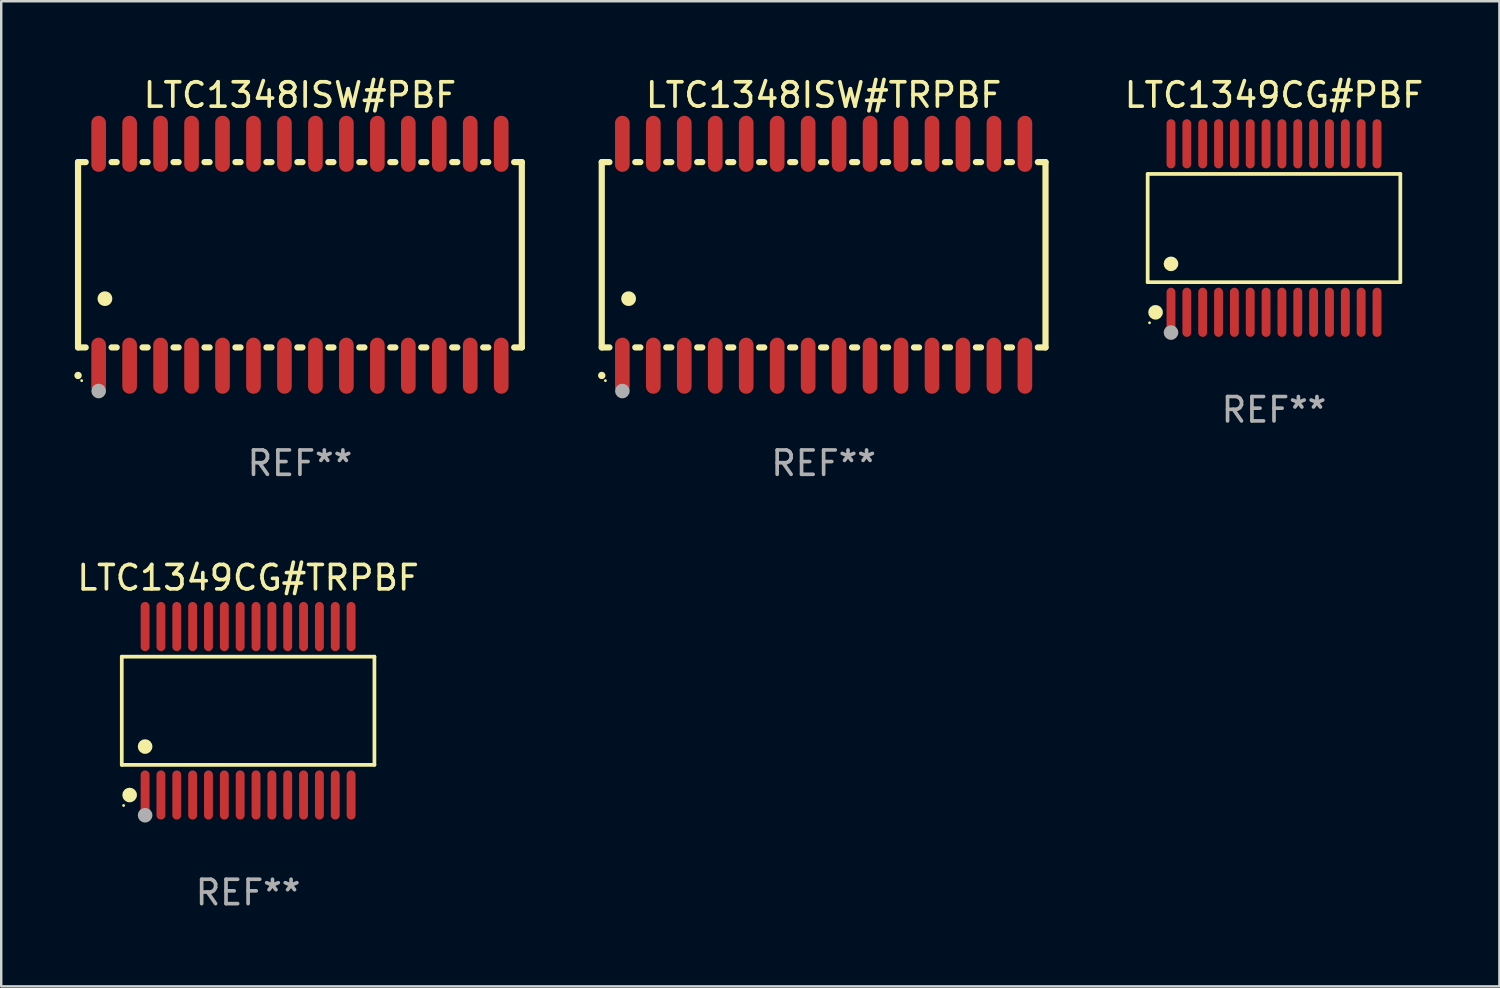
<source format=kicad_pcb>
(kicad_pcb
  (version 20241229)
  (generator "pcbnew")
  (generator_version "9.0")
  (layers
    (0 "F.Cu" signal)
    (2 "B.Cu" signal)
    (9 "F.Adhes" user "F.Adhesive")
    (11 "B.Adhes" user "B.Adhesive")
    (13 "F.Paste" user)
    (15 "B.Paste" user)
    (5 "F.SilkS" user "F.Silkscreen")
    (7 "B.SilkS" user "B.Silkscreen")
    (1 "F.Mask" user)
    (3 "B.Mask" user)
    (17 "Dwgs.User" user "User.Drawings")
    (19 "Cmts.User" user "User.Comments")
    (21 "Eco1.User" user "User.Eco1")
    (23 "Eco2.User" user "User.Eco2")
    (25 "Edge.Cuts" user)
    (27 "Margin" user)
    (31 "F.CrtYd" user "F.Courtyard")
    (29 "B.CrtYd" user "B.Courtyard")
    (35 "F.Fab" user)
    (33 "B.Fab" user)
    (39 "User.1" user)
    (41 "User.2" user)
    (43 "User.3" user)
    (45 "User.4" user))
  (footprint "LTC1349CG#PBF"
    (layer "F.Cu")
    (at 49.2 6.303)
    (property "Reference" "LTC1349CG#PBF" (at 0 -5.455 0) (layer "F.SilkS") (effects (font (size 1 1) (thickness 0.15))))
    (attr through_hole)
    (fp_line (start -5.181 -2.219) (end 5.181 -2.219) (stroke (width 0.152) (type solid)) (layer "F.SilkS"))
    (fp_line (start -5.181 2.219) (end -5.181 -2.219) (stroke (width 0.152) (type solid)) (layer "F.SilkS"))
    (fp_line (start 5.181 -2.219) (end 5.181 2.219) (stroke (width 0.152) (type solid)) (layer "F.SilkS"))
    (fp_line (start 5.181 2.219) (end -5.181 2.219) (stroke (width 0.152) (type solid)) (layer "F.SilkS"))
    (fp_circle (center -5.105 3.885) (end -5.075 3.885) (stroke (width 0.06) (type solid)) (fill no) (layer "F.SilkS"))
    (fp_circle (center -4.859 3.455) (end -4.709 3.455) (stroke (width 0.3) (type solid)) (fill no) (layer "F.SilkS"))
    (fp_circle (center -4.225 1.467) (end -4.075 1.467) (stroke (width 0.3) (type solid)) (fill no) (layer "F.SilkS"))
    (fp_circle (center -4.225 4.285) (end -4.075 4.285) (stroke (width 0.3) (type solid)) (fill no) (layer "F.Fab"))
    (fp_text user "REF**" (at 0 7.455 0) (layer "F.Fab") (effects (font (size 1 1) (thickness 0.15))))
    (pad "1" smd oval (at -4.225 3.455) (size 0.364 2.015) (layers "F.Cu" "F.Mask" "F.Paste"))
    (pad "2" smd oval (at -3.575 3.455) (size 0.364 2.015) (layers "F.Cu" "F.Mask" "F.Paste"))
    (pad "3" smd oval (at -2.925 3.455) (size 0.364 2.015) (layers "F.Cu" "F.Mask" "F.Paste"))
    (pad "4" smd oval (at -2.275 3.455) (size 0.364 2.015) (layers "F.Cu" "F.Mask" "F.Paste"))
    (pad "5" smd oval (at -1.625 3.455) (size 0.364 2.015) (layers "F.Cu" "F.Mask" "F.Paste"))
    (pad "6" smd oval (at -0.975 3.455) (size 0.364 2.015) (layers "F.Cu" "F.Mask" "F.Paste"))
    (pad "7" smd oval (at -0.325 3.455) (size 0.364 2.015) (layers "F.Cu" "F.Mask" "F.Paste"))
    (pad "8" smd oval (at 0.325 3.455) (size 0.364 2.015) (layers "F.Cu" "F.Mask" "F.Paste"))
    (pad "9" smd oval (at 0.975 3.455) (size 0.364 2.015) (layers "F.Cu" "F.Mask" "F.Paste"))
    (pad "10" smd oval (at 1.625 3.455) (size 0.364 2.015) (layers "F.Cu" "F.Mask" "F.Paste"))
    (pad "11" smd oval (at 2.275 3.455) (size 0.364 2.015) (layers "F.Cu" "F.Mask" "F.Paste"))
    (pad "12" smd oval (at 2.925 3.455) (size 0.364 2.015) (layers "F.Cu" "F.Mask" "F.Paste"))
    (pad "13" smd oval (at 3.575 3.455) (size 0.364 2.015) (layers "F.Cu" "F.Mask" "F.Paste"))
    (pad "14" smd oval (at 4.225 3.455) (size 0.364 2.015) (layers "F.Cu" "F.Mask" "F.Paste"))
    (pad "15" smd oval (at 4.225 -3.455) (size 0.364 2.015) (layers "F.Cu" "F.Mask" "F.Paste"))
    (pad "16" smd oval (at 3.575 -3.455) (size 0.364 2.015) (layers "F.Cu" "F.Mask" "F.Paste"))
    (pad "17" smd oval (at 2.925 -3.455) (size 0.364 2.015) (layers "F.Cu" "F.Mask" "F.Paste"))
    (pad "18" smd oval (at 2.275 -3.455) (size 0.364 2.015) (layers "F.Cu" "F.Mask" "F.Paste"))
    (pad "19" smd oval (at 1.625 -3.455) (size 0.364 2.015) (layers "F.Cu" "F.Mask" "F.Paste"))
    (pad "20" smd oval (at 0.975 -3.455) (size 0.364 2.015) (layers "F.Cu" "F.Mask" "F.Paste"))
    (pad "21" smd oval (at 0.325 -3.455) (size 0.364 2.015) (layers "F.Cu" "F.Mask" "F.Paste"))
    (pad "22" smd oval (at -0.325 -3.455) (size 0.364 2.015) (layers "F.Cu" "F.Mask" "F.Paste"))
    (pad "23" smd oval (at -0.975 -3.455) (size 0.364 2.015) (layers "F.Cu" "F.Mask" "F.Paste"))
    (pad "24" smd oval (at -1.625 -3.455) (size 0.364 2.015) (layers "F.Cu" "F.Mask" "F.Paste"))
    (pad "25" smd oval (at -2.275 -3.455) (size 0.364 2.015) (layers "F.Cu" "F.Mask" "F.Paste"))
    (pad "26" smd oval (at -2.925 -3.455) (size 0.364 2.015) (layers "F.Cu" "F.Mask" "F.Paste"))
    (pad "27" smd oval (at -3.575 -3.455) (size 0.364 2.015) (layers "F.Cu" "F.Mask" "F.Paste"))
    (pad "28" smd oval (at -4.225 -3.455) (size 0.364 2.015) (layers "F.Cu" "F.Mask" "F.Paste")))
  (footprint "LTC1348ISW#PBF"
    (layer "F.Cu")
    (at 9.251 7.398)
    (property "Reference" "LTC1348ISW#PBF" (at 0 -6.55 0) (layer "F.SilkS") (effects (font (size 1 1) (thickness 0.15))))
    (attr through_hole)
    (fp_line (start -9.1 -3.8) (end -9.1 3.8) (stroke (width 0.254) (type solid)) (layer "F.SilkS"))
    (fp_line (start -9.1 -3.8) (end -8.786 -3.8) (stroke (width 0.254) (type solid)) (layer "F.SilkS"))
    (fp_line (start -9.1 3.8) (end -8.786 3.8) (stroke (width 0.254) (type solid)) (layer "F.SilkS"))
    (fp_line (start -7.724 -3.8) (end -7.516 -3.8) (stroke (width 0.254) (type solid)) (layer "F.SilkS"))
    (fp_line (start -7.724 3.8) (end -7.516 3.8) (stroke (width 0.254) (type solid)) (layer "F.SilkS"))
    (fp_line (start -6.454 -3.8) (end -6.246 -3.8) (stroke (width 0.254) (type solid)) (layer "F.SilkS"))
    (fp_line (start -6.454 3.8) (end -6.246 3.8) (stroke (width 0.254) (type solid)) (layer "F.SilkS"))
    (fp_line (start -5.184 -3.8) (end -4.976 -3.8) (stroke (width 0.254) (type solid)) (layer "F.SilkS"))
    (fp_line (start -5.184 3.8) (end -4.976 3.8) (stroke (width 0.254) (type solid)) (layer "F.SilkS"))
    (fp_line (start -3.914 -3.8) (end -3.706 -3.8) (stroke (width 0.254) (type solid)) (layer "F.SilkS"))
    (fp_line (start -3.914 3.8) (end -3.706 3.8) (stroke (width 0.254) (type solid)) (layer "F.SilkS"))
    (fp_line (start -2.644 -3.8) (end -2.436 -3.8) (stroke (width 0.254) (type solid)) (layer "F.SilkS"))
    (fp_line (start -2.644 3.8) (end -2.436 3.8) (stroke (width 0.254) (type solid)) (layer "F.SilkS"))
    (fp_line (start -1.374 -3.8) (end -1.166 -3.8) (stroke (width 0.254) (type solid)) (layer "F.SilkS"))
    (fp_line (start -1.374 3.8) (end -1.166 3.8) (stroke (width 0.254) (type solid)) (layer "F.SilkS"))
    (fp_line (start -0.104 -3.8) (end 0.104 -3.8) (stroke (width 0.254) (type solid)) (layer "F.SilkS"))
    (fp_line (start -0.104 3.8) (end 0.104 3.8) (stroke (width 0.254) (type solid)) (layer "F.SilkS"))
    (fp_line (start 1.166 -3.8) (end 1.374 -3.8) (stroke (width 0.254) (type solid)) (layer "F.SilkS"))
    (fp_line (start 1.166 3.8) (end 1.374 3.8) (stroke (width 0.254) (type solid)) (layer "F.SilkS"))
    (fp_line (start 2.436 -3.8) (end 2.644 -3.8) (stroke (width 0.254) (type solid)) (layer "F.SilkS"))
    (fp_line (start 2.436 3.8) (end 2.644 3.8) (stroke (width 0.254) (type solid)) (layer "F.SilkS"))
    (fp_line (start 3.706 -3.8) (end 3.914 -3.8) (stroke (width 0.254) (type solid)) (layer "F.SilkS"))
    (fp_line (start 3.706 3.8) (end 3.914 3.8) (stroke (width 0.254) (type solid)) (layer "F.SilkS"))
    (fp_line (start 4.976 -3.8) (end 5.184 -3.8) (stroke (width 0.254) (type solid)) (layer "F.SilkS"))
    (fp_line (start 4.976 3.8) (end 5.184 3.8) (stroke (width 0.254) (type solid)) (layer "F.SilkS"))
    (fp_line (start 6.246 -3.8) (end 6.454 -3.8) (stroke (width 0.254) (type solid)) (layer "F.SilkS"))
    (fp_line (start 6.246 3.8) (end 6.454 3.8) (stroke (width 0.254) (type solid)) (layer "F.SilkS"))
    (fp_line (start 7.516 -3.8) (end 7.724 -3.8) (stroke (width 0.254) (type solid)) (layer "F.SilkS"))
    (fp_line (start 7.516 3.8) (end 7.724 3.8) (stroke (width 0.254) (type solid)) (layer "F.SilkS"))
    (fp_line (start 8.786 -3.8) (end 9.1 -3.8) (stroke (width 0.254) (type solid)) (layer "F.SilkS"))
    (fp_line (start 8.786 3.8) (end 9.1 3.8) (stroke (width 0.254) (type solid)) (layer "F.SilkS"))
    (fp_line (start 9.1 -3.8) (end 9.1 3.8) (stroke (width 0.254) (type solid)) (layer "F.SilkS"))
    (fp_arc (start -9.100864 4.95047) (mid -9.099594 4.950465) (end -9.098324 4.95047) (stroke (width 0.3) (type solid)) (layer "F.SilkS"))
    (fp_arc (start -8.001041 1.800864) (mid -7.998501 1.800853) (end -7.995961 1.800864) (stroke (width 0.6) (type solid)) (layer "F.SilkS"))
    (fp_circle (center -8.95 5.163) (end -8.92 5.163) (stroke (width 0.06) (type solid)) (fill no) (layer "F.SilkS"))
    (fp_circle (center -8.255 5.588) (end -8.105 5.588) (stroke (width 0.3) (type solid)) (fill no) (layer "F.Fab"))
    (fp_text user "REF**" (at 0 8.55 0) (layer "F.Fab") (effects (font (size 1 1) (thickness 0.15))))
    (pad "1" smd oval (at -8.255 4.55 180) (size 0.6 2.3) (layers "F.Cu" "F.Mask" "F.Paste"))
    (pad "2" smd oval (at -6.985 4.55 180) (size 0.6 2.3) (layers "F.Cu" "F.Mask" "F.Paste"))
    (pad "3" smd oval (at -5.715 4.55 180) (size 0.6 2.3) (layers "F.Cu" "F.Mask" "F.Paste"))
    (pad "4" smd oval (at -4.445 4.55 180) (size 0.6 2.3) (layers "F.Cu" "F.Mask" "F.Paste"))
    (pad "5" smd oval (at -3.175 4.55 180) (size 0.6 2.3) (layers "F.Cu" "F.Mask" "F.Paste"))
    (pad "6" smd oval (at -1.905 4.55 180) (size 0.6 2.3) (layers "F.Cu" "F.Mask" "F.Paste"))
    (pad "7" smd oval (at -0.635 4.55 180) (size 0.6 2.3) (layers "F.Cu" "F.Mask" "F.Paste"))
    (pad "8" smd oval (at 0.635 4.55 180) (size 0.6 2.3) (layers "F.Cu" "F.Mask" "F.Paste"))
    (pad "9" smd oval (at 1.905 4.55 180) (size 0.6 2.3) (layers "F.Cu" "F.Mask" "F.Paste"))
    (pad "10" smd oval (at 3.175 4.55 180) (size 0.6 2.3) (layers "F.Cu" "F.Mask" "F.Paste"))
    (pad "11" smd oval (at 4.445 4.55 180) (size 0.6 2.3) (layers "F.Cu" "F.Mask" "F.Paste"))
    (pad "12" smd oval (at 5.715 4.55 180) (size 0.6 2.3) (layers "F.Cu" "F.Mask" "F.Paste"))
    (pad "13" smd oval (at 6.985 4.55 180) (size 0.6 2.3) (layers "F.Cu" "F.Mask" "F.Paste"))
    (pad "14" smd oval (at 8.255 4.55 180) (size 0.6 2.3) (layers "F.Cu" "F.Mask" "F.Paste"))
    (pad "15" smd oval (at 8.255 -4.55 180) (size 0.6 2.3) (layers "F.Cu" "F.Mask" "F.Paste"))
    (pad "16" smd oval (at 6.985 -4.55 180) (size 0.6 2.3) (layers "F.Cu" "F.Mask" "F.Paste"))
    (pad "17" smd oval (at 5.715 -4.55 180) (size 0.6 2.3) (layers "F.Cu" "F.Mask" "F.Paste"))
    (pad "18" smd oval (at 4.445 -4.55 180) (size 0.6 2.3) (layers "F.Cu" "F.Mask" "F.Paste"))
    (pad "19" smd oval (at 3.175 -4.55 180) (size 0.6 2.3) (layers "F.Cu" "F.Mask" "F.Paste"))
    (pad "20" smd oval (at 1.905 -4.55 180) (size 0.6 2.3) (layers "F.Cu" "F.Mask" "F.Paste"))
    (pad "21" smd oval (at 0.635 -4.55 180) (size 0.6 2.3) (layers "F.Cu" "F.Mask" "F.Paste"))
    (pad "22" smd oval (at -0.635 -4.55 180) (size 0.6 2.3) (layers "F.Cu" "F.Mask" "F.Paste"))
    (pad "23" smd oval (at -1.905 -4.55 180) (size 0.6 2.3) (layers "F.Cu" "F.Mask" "F.Paste"))
    (pad "24" smd oval (at -3.175 -4.55 180) (size 0.6 2.3) (layers "F.Cu" "F.Mask" "F.Paste"))
    (pad "25" smd oval (at -4.445 -4.55 180) (size 0.6 2.3) (layers "F.Cu" "F.Mask" "F.Paste"))
    (pad "26" smd oval (at -5.715 -4.55 180) (size 0.6 2.3) (layers "F.Cu" "F.Mask" "F.Paste"))
    (pad "27" smd oval (at -6.985 -4.55 180) (size 0.6 2.3) (layers "F.Cu" "F.Mask" "F.Paste"))
    (pad "28" smd oval (at -8.255 -4.55 180) (size 0.6 2.3) (layers "F.Cu" "F.Mask" "F.Paste")))
  (footprint "LTC1349CG#TRPBF"
    (layer "F.Cu")
    (at 7.125 26.1)
    (property "Reference" "LTC1349CG#TRPBF" (at 0 -5.455 0) (layer "F.SilkS") (effects (font (size 1 1) (thickness 0.15))))
    (attr through_hole)
    (fp_line (start -5.181 -2.219) (end 5.181 -2.219) (stroke (width 0.152) (type solid)) (layer "F.SilkS"))
    (fp_line (start -5.181 2.219) (end -5.181 -2.219) (stroke (width 0.152) (type solid)) (layer "F.SilkS"))
    (fp_line (start 5.181 -2.219) (end 5.181 2.219) (stroke (width 0.152) (type solid)) (layer "F.SilkS"))
    (fp_line (start 5.181 2.219) (end -5.181 2.219) (stroke (width 0.152) (type solid)) (layer "F.SilkS"))
    (fp_circle (center -5.105 3.885) (end -5.075 3.885) (stroke (width 0.06) (type solid)) (fill no) (layer "F.SilkS"))
    (fp_circle (center -4.859 3.455) (end -4.709 3.455) (stroke (width 0.3) (type solid)) (fill no) (layer "F.SilkS"))
    (fp_circle (center -4.225 1.467) (end -4.075 1.467) (stroke (width 0.3) (type solid)) (fill no) (layer "F.SilkS"))
    (fp_circle (center -4.225 4.285) (end -4.075 4.285) (stroke (width 0.3) (type solid)) (fill no) (layer "F.Fab"))
    (fp_text user "REF**" (at 0 7.455 0) (layer "F.Fab") (effects (font (size 1 1) (thickness 0.15))))
    (pad "1" smd oval (at -4.225 3.455) (size 0.364 2.015) (layers "F.Cu" "F.Mask" "F.Paste"))
    (pad "2" smd oval (at -3.575 3.455) (size 0.364 2.015) (layers "F.Cu" "F.Mask" "F.Paste"))
    (pad "3" smd oval (at -2.925 3.455) (size 0.364 2.015) (layers "F.Cu" "F.Mask" "F.Paste"))
    (pad "4" smd oval (at -2.275 3.455) (size 0.364 2.015) (layers "F.Cu" "F.Mask" "F.Paste"))
    (pad "5" smd oval (at -1.625 3.455) (size 0.364 2.015) (layers "F.Cu" "F.Mask" "F.Paste"))
    (pad "6" smd oval (at -0.975 3.455) (size 0.364 2.015) (layers "F.Cu" "F.Mask" "F.Paste"))
    (pad "7" smd oval (at -0.325 3.455) (size 0.364 2.015) (layers "F.Cu" "F.Mask" "F.Paste"))
    (pad "8" smd oval (at 0.325 3.455) (size 0.364 2.015) (layers "F.Cu" "F.Mask" "F.Paste"))
    (pad "9" smd oval (at 0.975 3.455) (size 0.364 2.015) (layers "F.Cu" "F.Mask" "F.Paste"))
    (pad "10" smd oval (at 1.625 3.455) (size 0.364 2.015) (layers "F.Cu" "F.Mask" "F.Paste"))
    (pad "11" smd oval (at 2.275 3.455) (size 0.364 2.015) (layers "F.Cu" "F.Mask" "F.Paste"))
    (pad "12" smd oval (at 2.925 3.455) (size 0.364 2.015) (layers "F.Cu" "F.Mask" "F.Paste"))
    (pad "13" smd oval (at 3.575 3.455) (size 0.364 2.015) (layers "F.Cu" "F.Mask" "F.Paste"))
    (pad "14" smd oval (at 4.225 3.455) (size 0.364 2.015) (layers "F.Cu" "F.Mask" "F.Paste"))
    (pad "15" smd oval (at 4.225 -3.455) (size 0.364 2.015) (layers "F.Cu" "F.Mask" "F.Paste"))
    (pad "16" smd oval (at 3.575 -3.455) (size 0.364 2.015) (layers "F.Cu" "F.Mask" "F.Paste"))
    (pad "17" smd oval (at 2.925 -3.455) (size 0.364 2.015) (layers "F.Cu" "F.Mask" "F.Paste"))
    (pad "18" smd oval (at 2.275 -3.455) (size 0.364 2.015) (layers "F.Cu" "F.Mask" "F.Paste"))
    (pad "19" smd oval (at 1.625 -3.455) (size 0.364 2.015) (layers "F.Cu" "F.Mask" "F.Paste"))
    (pad "20" smd oval (at 0.975 -3.455) (size 0.364 2.015) (layers "F.Cu" "F.Mask" "F.Paste"))
    (pad "21" smd oval (at 0.325 -3.455) (size 0.364 2.015) (layers "F.Cu" "F.Mask" "F.Paste"))
    (pad "22" smd oval (at -0.325 -3.455) (size 0.364 2.015) (layers "F.Cu" "F.Mask" "F.Paste"))
    (pad "23" smd oval (at -0.975 -3.455) (size 0.364 2.015) (layers "F.Cu" "F.Mask" "F.Paste"))
    (pad "24" smd oval (at -1.625 -3.455) (size 0.364 2.015) (layers "F.Cu" "F.Mask" "F.Paste"))
    (pad "25" smd oval (at -2.275 -3.455) (size 0.364 2.015) (layers "F.Cu" "F.Mask" "F.Paste"))
    (pad "26" smd oval (at -2.925 -3.455) (size 0.364 2.015) (layers "F.Cu" "F.Mask" "F.Paste"))
    (pad "27" smd oval (at -3.575 -3.455) (size 0.364 2.015) (layers "F.Cu" "F.Mask" "F.Paste"))
    (pad "28" smd oval (at -4.225 -3.455) (size 0.364 2.015) (layers "F.Cu" "F.Mask" "F.Paste")))
  (footprint "LTC1348ISW#TRPBF"
    (layer "F.Cu")
    (at 30.729 7.398)
    (property "Reference" "LTC1348ISW#TRPBF" (at 0 -6.55 0) (layer "F.SilkS") (effects (font (size 1 1) (thickness 0.15))))
    (attr through_hole)
    (fp_line (start -9.1 -3.8) (end -9.1 3.8) (stroke (width 0.254) (type solid)) (layer "F.SilkS"))
    (fp_line (start -9.1 -3.8) (end -8.786 -3.8) (stroke (width 0.254) (type solid)) (layer "F.SilkS"))
    (fp_line (start -9.1 3.8) (end -8.786 3.8) (stroke (width 0.254) (type solid)) (layer "F.SilkS"))
    (fp_line (start -7.724 -3.8) (end -7.516 -3.8) (stroke (width 0.254) (type solid)) (layer "F.SilkS"))
    (fp_line (start -7.724 3.8) (end -7.516 3.8) (stroke (width 0.254) (type solid)) (layer "F.SilkS"))
    (fp_line (start -6.454 -3.8) (end -6.246 -3.8) (stroke (width 0.254) (type solid)) (layer "F.SilkS"))
    (fp_line (start -6.454 3.8) (end -6.246 3.8) (stroke (width 0.254) (type solid)) (layer "F.SilkS"))
    (fp_line (start -5.184 -3.8) (end -4.976 -3.8) (stroke (width 0.254) (type solid)) (layer "F.SilkS"))
    (fp_line (start -5.184 3.8) (end -4.976 3.8) (stroke (width 0.254) (type solid)) (layer "F.SilkS"))
    (fp_line (start -3.914 -3.8) (end -3.706 -3.8) (stroke (width 0.254) (type solid)) (layer "F.SilkS"))
    (fp_line (start -3.914 3.8) (end -3.706 3.8) (stroke (width 0.254) (type solid)) (layer "F.SilkS"))
    (fp_line (start -2.644 -3.8) (end -2.436 -3.8) (stroke (width 0.254) (type solid)) (layer "F.SilkS"))
    (fp_line (start -2.644 3.8) (end -2.436 3.8) (stroke (width 0.254) (type solid)) (layer "F.SilkS"))
    (fp_line (start -1.374 -3.8) (end -1.166 -3.8) (stroke (width 0.254) (type solid)) (layer "F.SilkS"))
    (fp_line (start -1.374 3.8) (end -1.166 3.8) (stroke (width 0.254) (type solid)) (layer "F.SilkS"))
    (fp_line (start -0.104 -3.8) (end 0.104 -3.8) (stroke (width 0.254) (type solid)) (layer "F.SilkS"))
    (fp_line (start -0.104 3.8) (end 0.104 3.8) (stroke (width 0.254) (type solid)) (layer "F.SilkS"))
    (fp_line (start 1.166 -3.8) (end 1.374 -3.8) (stroke (width 0.254) (type solid)) (layer "F.SilkS"))
    (fp_line (start 1.166 3.8) (end 1.374 3.8) (stroke (width 0.254) (type solid)) (layer "F.SilkS"))
    (fp_line (start 2.436 -3.8) (end 2.644 -3.8) (stroke (width 0.254) (type solid)) (layer "F.SilkS"))
    (fp_line (start 2.436 3.8) (end 2.644 3.8) (stroke (width 0.254) (type solid)) (layer "F.SilkS"))
    (fp_line (start 3.706 -3.8) (end 3.914 -3.8) (stroke (width 0.254) (type solid)) (layer "F.SilkS"))
    (fp_line (start 3.706 3.8) (end 3.914 3.8) (stroke (width 0.254) (type solid)) (layer "F.SilkS"))
    (fp_line (start 4.976 -3.8) (end 5.184 -3.8) (stroke (width 0.254) (type solid)) (layer "F.SilkS"))
    (fp_line (start 4.976 3.8) (end 5.184 3.8) (stroke (width 0.254) (type solid)) (layer "F.SilkS"))
    (fp_line (start 6.246 -3.8) (end 6.454 -3.8) (stroke (width 0.254) (type solid)) (layer "F.SilkS"))
    (fp_line (start 6.246 3.8) (end 6.454 3.8) (stroke (width 0.254) (type solid)) (layer "F.SilkS"))
    (fp_line (start 7.516 -3.8) (end 7.724 -3.8) (stroke (width 0.254) (type solid)) (layer "F.SilkS"))
    (fp_line (start 7.516 3.8) (end 7.724 3.8) (stroke (width 0.254) (type solid)) (layer "F.SilkS"))
    (fp_line (start 8.786 -3.8) (end 9.1 -3.8) (stroke (width 0.254) (type solid)) (layer "F.SilkS"))
    (fp_line (start 8.786 3.8) (end 9.1 3.8) (stroke (width 0.254) (type solid)) (layer "F.SilkS"))
    (fp_line (start 9.1 -3.8) (end 9.1 3.8) (stroke (width 0.254) (type solid)) (layer "F.SilkS"))
    (fp_arc (start -9.100864 4.95047) (mid -9.099594 4.950465) (end -9.098324 4.95047) (stroke (width 0.3) (type solid)) (layer "F.SilkS"))
    (fp_arc (start -8.001041 1.800864) (mid -7.998501 1.800853) (end -7.995961 1.800864) (stroke (width 0.6) (type solid)) (layer "F.SilkS"))
    (fp_circle (center -8.95 5.163) (end -8.92 5.163) (stroke (width 0.06) (type solid)) (fill no) (layer "F.SilkS"))
    (fp_circle (center -8.255 5.588) (end -8.105 5.588) (stroke (width 0.3) (type solid)) (fill no) (layer "F.Fab"))
    (fp_text user "REF**" (at 0 8.55 0) (layer "F.Fab") (effects (font (size 1 1) (thickness 0.15))))
    (pad "1" smd oval (at -8.255 4.55 180) (size 0.6 2.3) (layers "F.Cu" "F.Mask" "F.Paste"))
    (pad "2" smd oval (at -6.985 4.55 180) (size 0.6 2.3) (layers "F.Cu" "F.Mask" "F.Paste"))
    (pad "3" smd oval (at -5.715 4.55 180) (size 0.6 2.3) (layers "F.Cu" "F.Mask" "F.Paste"))
    (pad "4" smd oval (at -4.445 4.55 180) (size 0.6 2.3) (layers "F.Cu" "F.Mask" "F.Paste"))
    (pad "5" smd oval (at -3.175 4.55 180) (size 0.6 2.3) (layers "F.Cu" "F.Mask" "F.Paste"))
    (pad "6" smd oval (at -1.905 4.55 180) (size 0.6 2.3) (layers "F.Cu" "F.Mask" "F.Paste"))
    (pad "7" smd oval (at -0.635 4.55 180) (size 0.6 2.3) (layers "F.Cu" "F.Mask" "F.Paste"))
    (pad "8" smd oval (at 0.635 4.55 180) (size 0.6 2.3) (layers "F.Cu" "F.Mask" "F.Paste"))
    (pad "9" smd oval (at 1.905 4.55 180) (size 0.6 2.3) (layers "F.Cu" "F.Mask" "F.Paste"))
    (pad "10" smd oval (at 3.175 4.55 180) (size 0.6 2.3) (layers "F.Cu" "F.Mask" "F.Paste"))
    (pad "11" smd oval (at 4.445 4.55 180) (size 0.6 2.3) (layers "F.Cu" "F.Mask" "F.Paste"))
    (pad "12" smd oval (at 5.715 4.55 180) (size 0.6 2.3) (layers "F.Cu" "F.Mask" "F.Paste"))
    (pad "13" smd oval (at 6.985 4.55 180) (size 0.6 2.3) (layers "F.Cu" "F.Mask" "F.Paste"))
    (pad "14" smd oval (at 8.255 4.55 180) (size 0.6 2.3) (layers "F.Cu" "F.Mask" "F.Paste"))
    (pad "15" smd oval (at 8.255 -4.55 180) (size 0.6 2.3) (layers "F.Cu" "F.Mask" "F.Paste"))
    (pad "16" smd oval (at 6.985 -4.55 180) (size 0.6 2.3) (layers "F.Cu" "F.Mask" "F.Paste"))
    (pad "17" smd oval (at 5.715 -4.55 180) (size 0.6 2.3) (layers "F.Cu" "F.Mask" "F.Paste"))
    (pad "18" smd oval (at 4.445 -4.55 180) (size 0.6 2.3) (layers "F.Cu" "F.Mask" "F.Paste"))
    (pad "19" smd oval (at 3.175 -4.55 180) (size 0.6 2.3) (layers "F.Cu" "F.Mask" "F.Paste"))
    (pad "20" smd oval (at 1.905 -4.55 180) (size 0.6 2.3) (layers "F.Cu" "F.Mask" "F.Paste"))
    (pad "21" smd oval (at 0.635 -4.55 180) (size 0.6 2.3) (layers "F.Cu" "F.Mask" "F.Paste"))
    (pad "22" smd oval (at -0.635 -4.55 180) (size 0.6 2.3) (layers "F.Cu" "F.Mask" "F.Paste"))
    (pad "23" smd oval (at -1.905 -4.55 180) (size 0.6 2.3) (layers "F.Cu" "F.Mask" "F.Paste"))
    (pad "24" smd oval (at -3.175 -4.55 180) (size 0.6 2.3) (layers "F.Cu" "F.Mask" "F.Paste"))
    (pad "25" smd oval (at -4.445 -4.55 180) (size 0.6 2.3) (layers "F.Cu" "F.Mask" "F.Paste"))
    (pad "26" smd oval (at -5.715 -4.55 180) (size 0.6 2.3) (layers "F.Cu" "F.Mask" "F.Paste"))
    (pad "27" smd oval (at -6.985 -4.55 180) (size 0.6 2.3) (layers "F.Cu" "F.Mask" "F.Paste"))
    (pad "28" smd oval (at -8.255 -4.55 180) (size 0.6 2.3) (layers "F.Cu" "F.Mask" "F.Paste")))
  (gr_rect
    (start -3 -3)
    (end 58.444 37.403)
    (stroke (width 0.1) (type default))
    (fill no)
    (layer "Edge.Cuts")))
</source>
